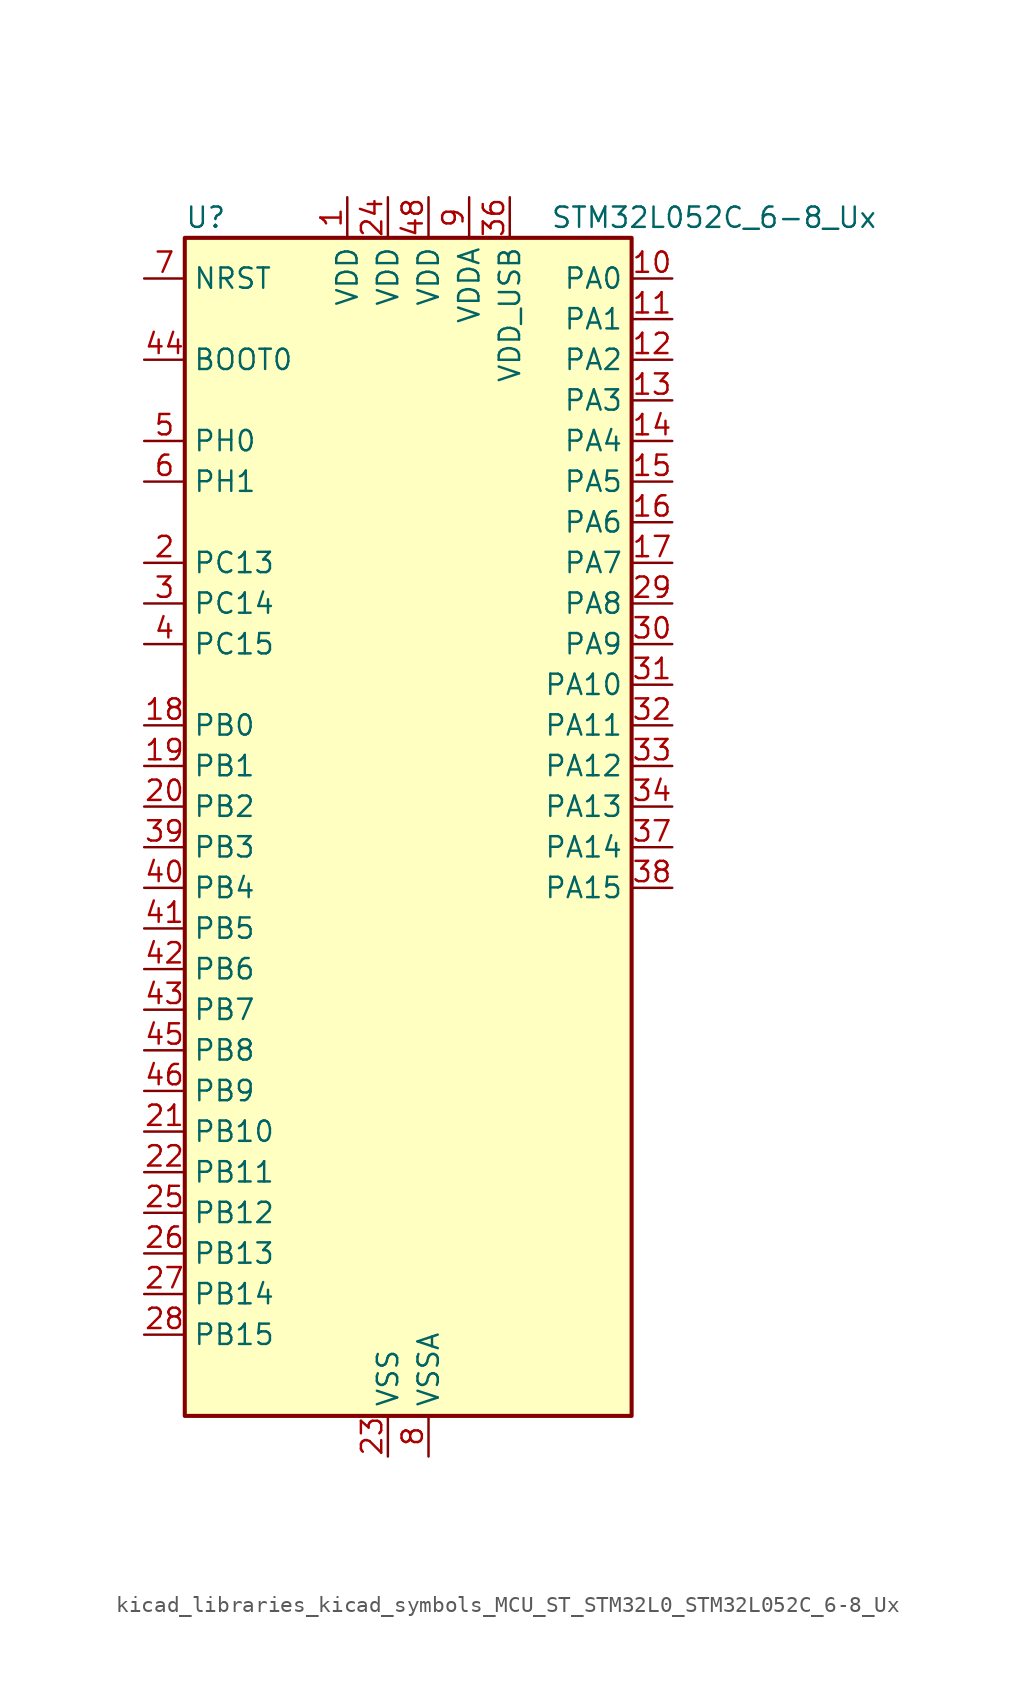
<source format=kicad_sym>
(kicad_symbol_lib
  (version 20220914)
  (generator kicad_symbol_editor)
  (symbol "kicad_libraries_kicad_symbols_MCU_ST_STM32L0_STM32L052C_6-8_Ux"
    (property "Reference" "U"
      (at -12.7 39.37 0)
      (effects (font (size 1.27 1.27)) (justify left)))
    (property "Value" "STM32L052C_6-8_Ux"
      (at 10.16 39.37 0)
      (effects (font (size 1.27 1.27)) (justify left)))
    (property "ki_locked" ""
      (at 0 0 0)
      (effects (font (size 1.27 1.27))))
    (symbol "kicad_libraries_kicad_symbols_MCU_ST_STM32L0_STM32L052C_6-8_Ux_0_1"
      (rectangle (start -12.7 -35.56) (end 15.24 38.1) (stroke (width 0.254) (type default)) (fill (type background))))
    (symbol "kicad_libraries_kicad_symbols_MCU_ST_STM32L0_STM32L052C_6-8_Ux_1_1"
      (pin power_in line (at -2.54 40.64 270) (length 2.54) (name "VDD" (effects (font (size 1.27 1.27)))) (number "1" (effects (font (size 1.27 1.27)))))
      (pin bidirectional line (at 17.78 35.56 180) (length 2.54) (name "PA0" (effects (font (size 1.27 1.27)))) (number "10" (effects (font (size 1.27 1.27)))) (alternate "ADC_IN0" bidirectional line) (alternate "COMP1_INM" bidirectional line) (alternate "COMP1_OUT" bidirectional line) (alternate "RTC_TAMP2" bidirectional line) (alternate "SYS_WKUP1" bidirectional line) (alternate "TIM2_CH1" bidirectional line) (alternate "TIM2_ETR" bidirectional line) (alternate "TSC_G1_IO1" bidirectional line) (alternate "USART2_CTS" bidirectional line))
      (pin bidirectional line (at 17.78 33.02 180) (length 2.54) (name "PA1" (effects (font (size 1.27 1.27)))) (number "11" (effects (font (size 1.27 1.27)))) (alternate "ADC_IN1" bidirectional line) (alternate "COMP1_INP" bidirectional line) (alternate "TIM21_ETR" bidirectional line) (alternate "TIM2_CH2" bidirectional line) (alternate "TSC_G1_IO2" bidirectional line) (alternate "USART2_DE" bidirectional line) (alternate "USART2_RTS" bidirectional line))
      (pin bidirectional line (at 17.78 30.48 180) (length 2.54) (name "PA2" (effects (font (size 1.27 1.27)))) (number "12" (effects (font (size 1.27 1.27)))) (alternate "ADC_IN2" bidirectional line) (alternate "COMP2_INM" bidirectional line) (alternate "COMP2_OUT" bidirectional line) (alternate "TIM21_CH1" bidirectional line) (alternate "TIM2_CH3" bidirectional line) (alternate "TSC_G1_IO3" bidirectional line) (alternate "USART2_TX" bidirectional line))
      (pin bidirectional line (at 17.78 27.94 180) (length 2.54) (name "PA3" (effects (font (size 1.27 1.27)))) (number "13" (effects (font (size 1.27 1.27)))) (alternate "ADC_IN3" bidirectional line) (alternate "COMP2_INP" bidirectional line) (alternate "TIM21_CH2" bidirectional line) (alternate "TIM2_CH4" bidirectional line) (alternate "TSC_G1_IO4" bidirectional line) (alternate "USART2_RX" bidirectional line))
      (pin bidirectional line (at 17.78 25.4 180) (length 2.54) (name "PA4" (effects (font (size 1.27 1.27)))) (number "14" (effects (font (size 1.27 1.27)))) (alternate "ADC_IN4" bidirectional line) (alternate "COMP1_INM" bidirectional line) (alternate "COMP2_INM" bidirectional line) (alternate "DAC_OUT1" bidirectional line) (alternate "SPI1_NSS" bidirectional line) (alternate "TIM22_ETR" bidirectional line) (alternate "TSC_G2_IO1" bidirectional line) (alternate "USART2_CK" bidirectional line))
      (pin bidirectional line (at 17.78 22.86 180) (length 2.54) (name "PA5" (effects (font (size 1.27 1.27)))) (number "15" (effects (font (size 1.27 1.27)))) (alternate "ADC_IN5" bidirectional line) (alternate "COMP1_INM" bidirectional line) (alternate "COMP2_INM" bidirectional line) (alternate "SPI1_SCK" bidirectional line) (alternate "TIM2_CH1" bidirectional line) (alternate "TIM2_ETR" bidirectional line) (alternate "TSC_G2_IO2" bidirectional line))
      (pin bidirectional line (at 17.78 20.32 180) (length 2.54) (name "PA6" (effects (font (size 1.27 1.27)))) (number "16" (effects (font (size 1.27 1.27)))) (alternate "ADC_IN6" bidirectional line) (alternate "COMP1_OUT" bidirectional line) (alternate "LPUART1_CTS" bidirectional line) (alternate "SPI1_MISO" bidirectional line) (alternate "TIM22_CH1" bidirectional line) (alternate "TSC_G2_IO3" bidirectional line))
      (pin bidirectional line (at 17.78 17.78 180) (length 2.54) (name "PA7" (effects (font (size 1.27 1.27)))) (number "17" (effects (font (size 1.27 1.27)))) (alternate "ADC_IN7" bidirectional line) (alternate "COMP2_OUT" bidirectional line) (alternate "SPI1_MOSI" bidirectional line) (alternate "TIM22_CH2" bidirectional line) (alternate "TSC_G2_IO4" bidirectional line))
      (pin bidirectional line (at -15.24 7.62 0) (length 2.54) (name "PB0" (effects (font (size 1.27 1.27)))) (number "18" (effects (font (size 1.27 1.27)))) (alternate "ADC_IN8" bidirectional line) (alternate "SYS_VREF_OUT_PB0" bidirectional line) (alternate "TSC_G3_IO2" bidirectional line))
      (pin bidirectional line (at -15.24 5.08 0) (length 2.54) (name "PB1" (effects (font (size 1.27 1.27)))) (number "19" (effects (font (size 1.27 1.27)))) (alternate "ADC_IN9" bidirectional line) (alternate "LPUART1_DE" bidirectional line) (alternate "LPUART1_RTS" bidirectional line) (alternate "SYS_VREF_OUT_PB1" bidirectional line) (alternate "TSC_G3_IO3" bidirectional line))
      (pin bidirectional line (at -15.24 17.78 0) (length 2.54) (name "PC13" (effects (font (size 1.27 1.27)))) (number "2" (effects (font (size 1.27 1.27)))) (alternate "RTC_OUT_ALARM" bidirectional line) (alternate "RTC_OUT_CALIB" bidirectional line) (alternate "RTC_TAMP1" bidirectional line) (alternate "RTC_TS" bidirectional line) (alternate "SYS_WKUP2" bidirectional line))
      (pin bidirectional line (at -15.24 2.54 0) (length 2.54) (name "PB2" (effects (font (size 1.27 1.27)))) (number "20" (effects (font (size 1.27 1.27)))) (alternate "LPTIM1_OUT" bidirectional line) (alternate "TSC_G3_IO4" bidirectional line))
      (pin bidirectional line (at -15.24 -17.78 0) (length 2.54) (name "PB10" (effects (font (size 1.27 1.27)))) (number "21" (effects (font (size 1.27 1.27)))) (alternate "I2C2_SCL" bidirectional line) (alternate "LPUART1_TX" bidirectional line) (alternate "SPI2_SCK" bidirectional line) (alternate "TIM2_CH3" bidirectional line) (alternate "TSC_SYNC" bidirectional line))
      (pin bidirectional line (at -15.24 -20.32 0) (length 2.54) (name "PB11" (effects (font (size 1.27 1.27)))) (number "22" (effects (font (size 1.27 1.27)))) (alternate "ADC_EXTI11" bidirectional line) (alternate "I2C2_SDA" bidirectional line) (alternate "LPUART1_RX" bidirectional line) (alternate "TIM2_CH4" bidirectional line) (alternate "TSC_G6_IO1" bidirectional line))
      (pin power_in line (at 0 -38.1 90) (length 2.54) (name "VSS" (effects (font (size 1.27 1.27)))) (number "23" (effects (font (size 1.27 1.27)))))
      (pin power_in line (at 0 40.64 270) (length 2.54) (name "VDD" (effects (font (size 1.27 1.27)))) (number "24" (effects (font (size 1.27 1.27)))))
      (pin bidirectional line (at -15.24 -22.86 0) (length 2.54) (name "PB12" (effects (font (size 1.27 1.27)))) (number "25" (effects (font (size 1.27 1.27)))) (alternate "I2S2_WS" bidirectional line) (alternate "LPUART1_DE" bidirectional line) (alternate "LPUART1_RTS" bidirectional line) (alternate "SPI2_NSS" bidirectional line) (alternate "TSC_G6_IO2" bidirectional line))
      (pin bidirectional line (at -15.24 -25.4 0) (length 2.54) (name "PB13" (effects (font (size 1.27 1.27)))) (number "26" (effects (font (size 1.27 1.27)))) (alternate "I2C2_SCL" bidirectional line) (alternate "I2S2_CK" bidirectional line) (alternate "LPUART1_CTS" bidirectional line) (alternate "SPI2_SCK" bidirectional line) (alternate "TIM21_CH1" bidirectional line) (alternate "TSC_G6_IO3" bidirectional line))
      (pin bidirectional line (at -15.24 -27.94 0) (length 2.54) (name "PB14" (effects (font (size 1.27 1.27)))) (number "27" (effects (font (size 1.27 1.27)))) (alternate "I2C2_SDA" bidirectional line) (alternate "I2S2_MCK" bidirectional line) (alternate "LPUART1_DE" bidirectional line) (alternate "LPUART1_RTS" bidirectional line) (alternate "RTC_OUT_ALARM" bidirectional line) (alternate "RTC_OUT_CALIB" bidirectional line) (alternate "SPI2_MISO" bidirectional line) (alternate "TIM21_CH2" bidirectional line) (alternate "TSC_G6_IO4" bidirectional line))
      (pin bidirectional line (at -15.24 -30.48 0) (length 2.54) (name "PB15" (effects (font (size 1.27 1.27)))) (number "28" (effects (font (size 1.27 1.27)))) (alternate "I2S2_SD" bidirectional line) (alternate "RTC_REFIN" bidirectional line) (alternate "SPI2_MOSI" bidirectional line))
      (pin bidirectional line (at 17.78 15.24 180) (length 2.54) (name "PA8" (effects (font (size 1.27 1.27)))) (number "29" (effects (font (size 1.27 1.27)))) (alternate "CRS_SYNC" bidirectional line) (alternate "RCC_MCO" bidirectional line) (alternate "USART1_CK" bidirectional line))
      (pin bidirectional line (at -15.24 15.24 0) (length 2.54) (name "PC14" (effects (font (size 1.27 1.27)))) (number "3" (effects (font (size 1.27 1.27)))) (alternate "RCC_OSC32_IN" bidirectional line))
      (pin bidirectional line (at 17.78 12.7 180) (length 2.54) (name "PA9" (effects (font (size 1.27 1.27)))) (number "30" (effects (font (size 1.27 1.27)))) (alternate "DAC_EXTI9" bidirectional line) (alternate "RCC_MCO" bidirectional line) (alternate "TSC_G4_IO1" bidirectional line) (alternate "USART1_TX" bidirectional line))
      (pin bidirectional line (at 17.78 10.16 180) (length 2.54) (name "PA10" (effects (font (size 1.27 1.27)))) (number "31" (effects (font (size 1.27 1.27)))) (alternate "TSC_G4_IO2" bidirectional line) (alternate "USART1_RX" bidirectional line))
      (pin bidirectional line (at 17.78 7.62 180) (length 2.54) (name "PA11" (effects (font (size 1.27 1.27)))) (number "32" (effects (font (size 1.27 1.27)))) (alternate "ADC_EXTI11" bidirectional line) (alternate "COMP1_OUT" bidirectional line) (alternate "SPI1_MISO" bidirectional line) (alternate "TSC_G4_IO3" bidirectional line) (alternate "USART1_CTS" bidirectional line) (alternate "USB_DM" bidirectional line))
      (pin bidirectional line (at 17.78 5.08 180) (length 2.54) (name "PA12" (effects (font (size 1.27 1.27)))) (number "33" (effects (font (size 1.27 1.27)))) (alternate "COMP2_OUT" bidirectional line) (alternate "SPI1_MOSI" bidirectional line) (alternate "TSC_G4_IO4" bidirectional line) (alternate "USART1_DE" bidirectional line) (alternate "USART1_RTS" bidirectional line) (alternate "USB_DP" bidirectional line))
      (pin bidirectional line (at 17.78 2.54 180) (length 2.54) (name "PA13" (effects (font (size 1.27 1.27)))) (number "34" (effects (font (size 1.27 1.27)))) (alternate "SYS_SWDIO" bidirectional line) (alternate "USB_NOE" bidirectional line))
      (pin passive line (at 0 -38.1 90) (length 2.54) hide (name "VSS" (effects (font (size 1.27 1.27)))) (number "35" (effects (font (size 1.27 1.27)))))
      (pin power_in line (at 7.62 40.64 270) (length 2.54) (name "VDD_USB" (effects (font (size 1.27 1.27)))) (number "36" (effects (font (size 1.27 1.27)))))
      (pin bidirectional line (at 17.78 0 180) (length 2.54) (name "PA14" (effects (font (size 1.27 1.27)))) (number "37" (effects (font (size 1.27 1.27)))) (alternate "SYS_SWCLK" bidirectional line) (alternate "USART2_TX" bidirectional line))
      (pin bidirectional line (at 17.78 -2.54 180) (length 2.54) (name "PA15" (effects (font (size 1.27 1.27)))) (number "38" (effects (font (size 1.27 1.27)))) (alternate "SPI1_NSS" bidirectional line) (alternate "TIM2_CH1" bidirectional line) (alternate "TIM2_ETR" bidirectional line) (alternate "USART2_RX" bidirectional line))
      (pin bidirectional line (at -15.24 0 0) (length 2.54) (name "PB3" (effects (font (size 1.27 1.27)))) (number "39" (effects (font (size 1.27 1.27)))) (alternate "COMP2_INM" bidirectional line) (alternate "SPI1_SCK" bidirectional line) (alternate "TIM2_CH2" bidirectional line) (alternate "TSC_G5_IO1" bidirectional line))
      (pin bidirectional line (at -15.24 12.7 0) (length 2.54) (name "PC15" (effects (font (size 1.27 1.27)))) (number "4" (effects (font (size 1.27 1.27)))) (alternate "RCC_OSC32_OUT" bidirectional line))
      (pin bidirectional line (at -15.24 -2.54 0) (length 2.54) (name "PB4" (effects (font (size 1.27 1.27)))) (number "40" (effects (font (size 1.27 1.27)))) (alternate "COMP2_INP" bidirectional line) (alternate "SPI1_MISO" bidirectional line) (alternate "TIM22_CH1" bidirectional line) (alternate "TSC_G5_IO2" bidirectional line))
      (pin bidirectional line (at -15.24 -5.08 0) (length 2.54) (name "PB5" (effects (font (size 1.27 1.27)))) (number "41" (effects (font (size 1.27 1.27)))) (alternate "COMP2_INP" bidirectional line) (alternate "I2C1_SMBA" bidirectional line) (alternate "LPTIM1_IN1" bidirectional line) (alternate "SPI1_MOSI" bidirectional line) (alternate "TIM22_CH2" bidirectional line))
      (pin bidirectional line (at -15.24 -7.62 0) (length 2.54) (name "PB6" (effects (font (size 1.27 1.27)))) (number "42" (effects (font (size 1.27 1.27)))) (alternate "COMP2_INP" bidirectional line) (alternate "I2C1_SCL" bidirectional line) (alternate "LPTIM1_ETR" bidirectional line) (alternate "TSC_G5_IO3" bidirectional line) (alternate "USART1_TX" bidirectional line))
      (pin bidirectional line (at -15.24 -10.16 0) (length 2.54) (name "PB7" (effects (font (size 1.27 1.27)))) (number "43" (effects (font (size 1.27 1.27)))) (alternate "COMP2_INP" bidirectional line) (alternate "I2C1_SDA" bidirectional line) (alternate "LPTIM1_IN2" bidirectional line) (alternate "SYS_PVD_IN" bidirectional line) (alternate "TSC_G5_IO4" bidirectional line) (alternate "USART1_RX" bidirectional line))
      (pin input line (at -15.24 30.48 0) (length 2.54) (name "BOOT0" (effects (font (size 1.27 1.27)))) (number "44" (effects (font (size 1.27 1.27)))))
      (pin bidirectional line (at -15.24 -12.7 0) (length 2.54) (name "PB8" (effects (font (size 1.27 1.27)))) (number "45" (effects (font (size 1.27 1.27)))) (alternate "I2C1_SCL" bidirectional line) (alternate "TSC_SYNC" bidirectional line))
      (pin bidirectional line (at -15.24 -15.24 0) (length 2.54) (name "PB9" (effects (font (size 1.27 1.27)))) (number "46" (effects (font (size 1.27 1.27)))) (alternate "DAC_EXTI9" bidirectional line) (alternate "I2C1_SDA" bidirectional line) (alternate "I2S2_WS" bidirectional line) (alternate "SPI2_NSS" bidirectional line))
      (pin passive line (at 0 -38.1 90) (length 2.54) hide (name "VSS" (effects (font (size 1.27 1.27)))) (number "47" (effects (font (size 1.27 1.27)))))
      (pin power_in line (at 2.54 40.64 270) (length 2.54) (name "VDD" (effects (font (size 1.27 1.27)))) (number "48" (effects (font (size 1.27 1.27)))))
      (pin passive line (at 0 -38.1 90) (length 2.54) hide (name "VSS" (effects (font (size 1.27 1.27)))) (number "49" (effects (font (size 1.27 1.27)))))
      (pin bidirectional line (at -15.24 25.4 0) (length 2.54) (name "PH0" (effects (font (size 1.27 1.27)))) (number "5" (effects (font (size 1.27 1.27)))) (alternate "CRS_SYNC" bidirectional line) (alternate "RCC_OSC_IN" bidirectional line))
      (pin bidirectional line (at -15.24 22.86 0) (length 2.54) (name "PH1" (effects (font (size 1.27 1.27)))) (number "6" (effects (font (size 1.27 1.27)))) (alternate "RCC_OSC_OUT" bidirectional line))
      (pin input line (at -15.24 35.56 0) (length 2.54) (name "NRST" (effects (font (size 1.27 1.27)))) (number "7" (effects (font (size 1.27 1.27)))))
      (pin power_in line (at 2.54 -38.1 90) (length 2.54) (name "VSSA" (effects (font (size 1.27 1.27)))) (number "8" (effects (font (size 1.27 1.27)))))
      (pin power_in line (at 5.08 40.64 270) (length 2.54) (name "VDDA" (effects (font (size 1.27 1.27)))) (number "9" (effects (font (size 1.27 1.27))))))))
</source>
